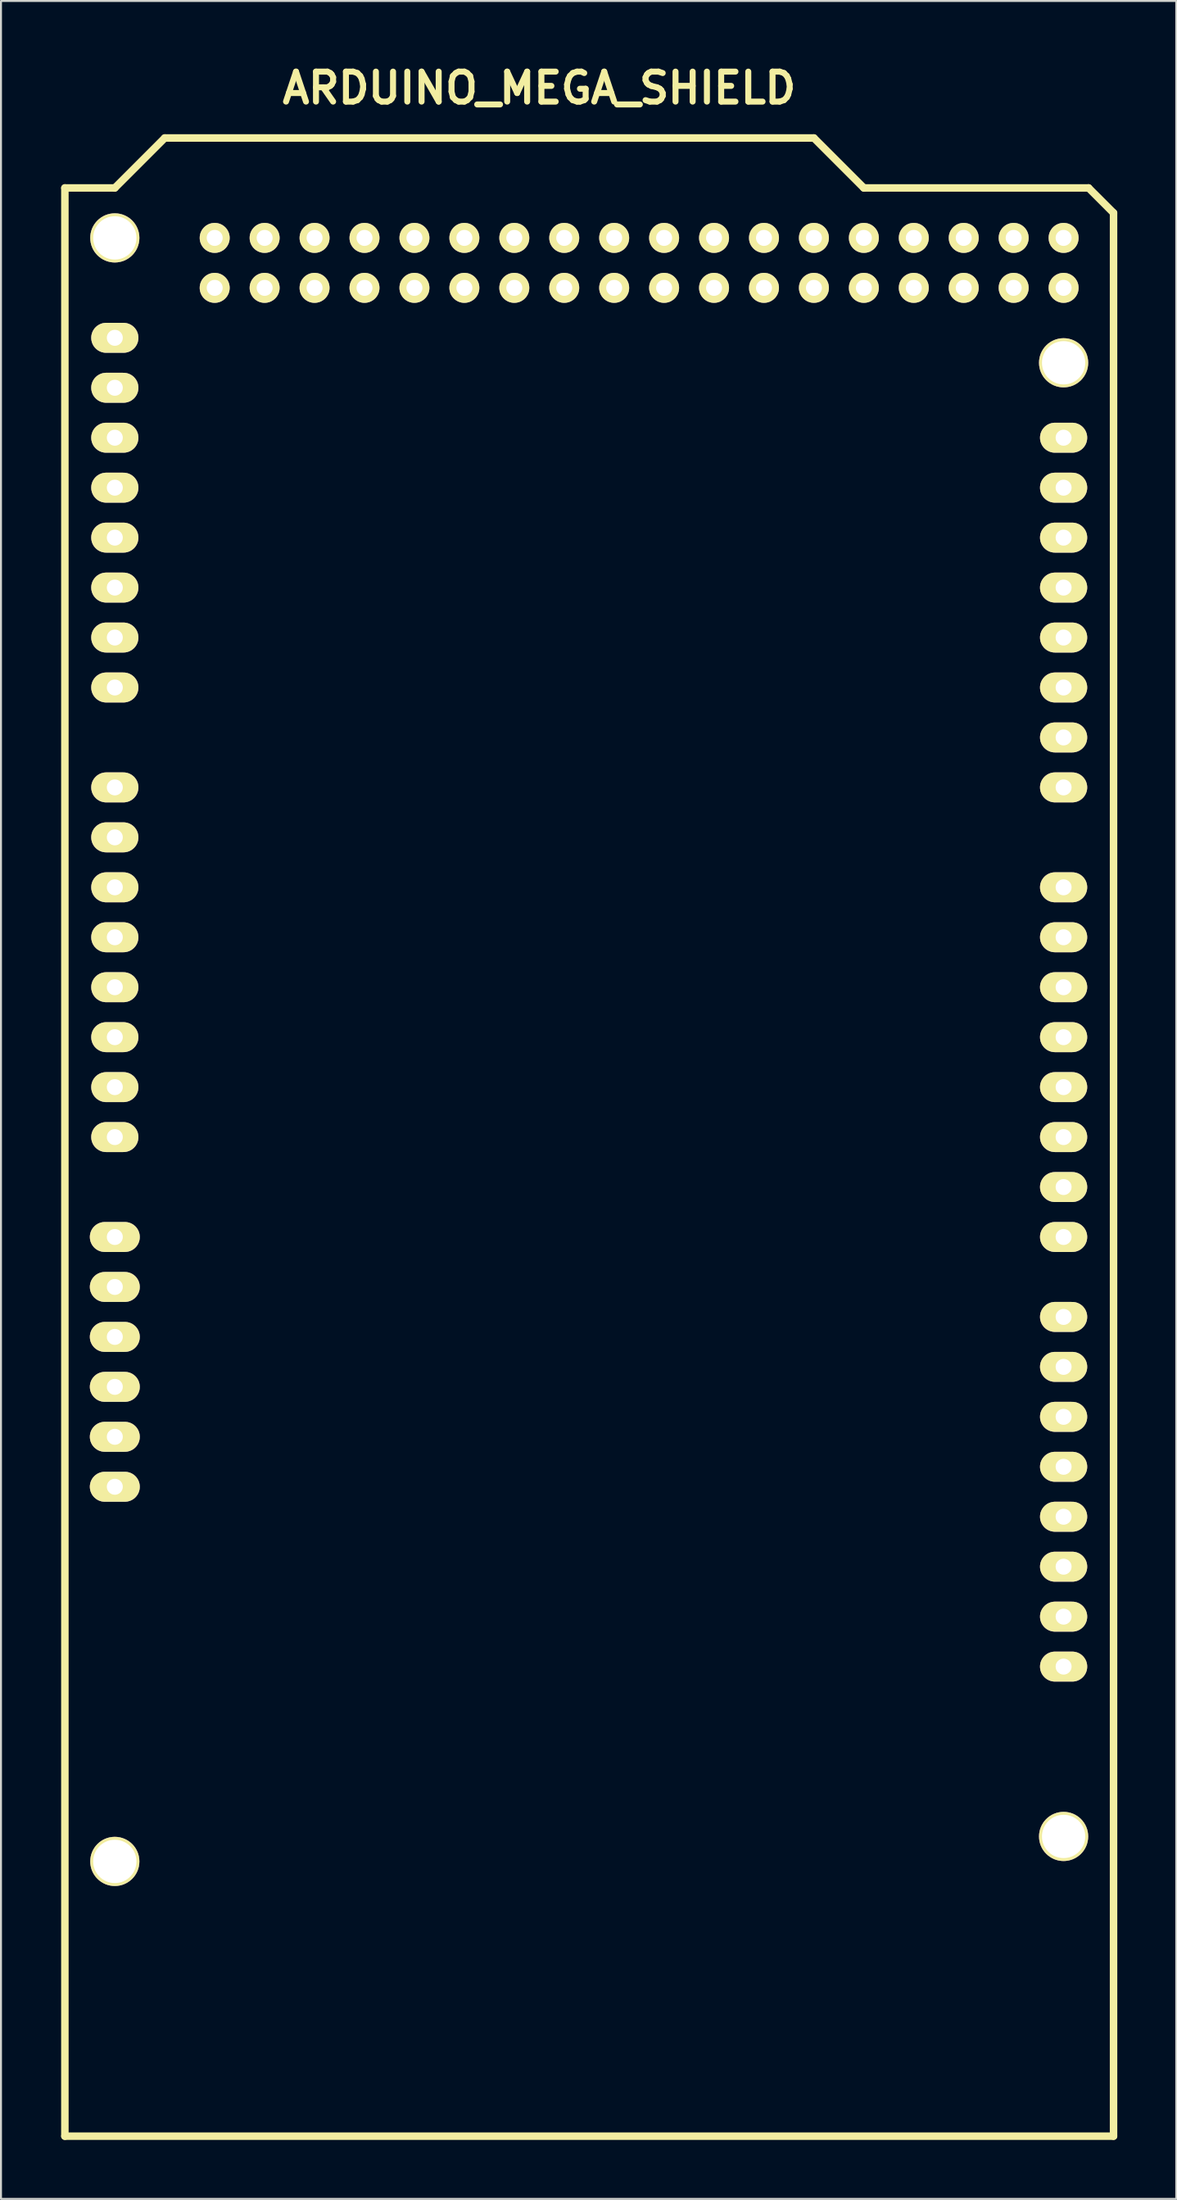
<source format=kicad_pcb>
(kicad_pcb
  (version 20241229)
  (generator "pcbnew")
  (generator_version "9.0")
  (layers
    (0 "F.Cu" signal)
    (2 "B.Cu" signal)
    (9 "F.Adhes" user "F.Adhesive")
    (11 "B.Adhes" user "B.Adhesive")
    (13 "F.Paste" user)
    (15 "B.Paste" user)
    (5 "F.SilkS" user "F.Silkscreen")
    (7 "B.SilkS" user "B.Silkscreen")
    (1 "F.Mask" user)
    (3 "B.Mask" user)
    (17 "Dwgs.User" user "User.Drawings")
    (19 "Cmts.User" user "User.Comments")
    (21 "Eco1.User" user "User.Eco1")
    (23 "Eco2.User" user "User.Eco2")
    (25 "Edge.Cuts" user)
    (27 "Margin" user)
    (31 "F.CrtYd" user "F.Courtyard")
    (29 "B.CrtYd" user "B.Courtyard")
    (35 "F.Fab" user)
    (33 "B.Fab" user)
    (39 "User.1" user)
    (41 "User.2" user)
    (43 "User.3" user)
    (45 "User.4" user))
  (footprint "ARDUINO_MEGA_SHIELD"
    (layer "F.Cu")
    (at 0.25 3.966)
    (property "Reference" "ARDUINO_MEGA_SHIELD" (at 24.13 -2.54 0) (layer "F.SilkS") (effects (font (size 1.524 1.524) (thickness 0.305))))
    (attr through_hole)
    (fp_line (start 0 2.54) (end 0 101.6) (stroke (width 0.381) (type solid)) (layer "F.SilkS"))
    (fp_line (start 0 101.6) (end 53.34 101.6) (stroke (width 0.381) (type solid)) (layer "F.SilkS"))
    (fp_line (start 2.54 2.54) (end 0 2.54) (stroke (width 0.381) (type solid)) (layer "F.SilkS"))
    (fp_line (start 5.08 0) (end 2.54 2.54) (stroke (width 0.381) (type solid)) (layer "F.SilkS"))
    (fp_line (start 38.1 0) (end 5.08 0) (stroke (width 0.381) (type solid)) (layer "F.SilkS"))
    (fp_line (start 40.64 2.54) (end 38.1 0) (stroke (width 0.381) (type solid)) (layer "F.SilkS"))
    (fp_line (start 40.64 2.54) (end 52.07 2.54) (stroke (width 0.381) (type solid)) (layer "F.SilkS"))
    (fp_line (start 52.07 2.54) (end 53.34 3.81) (stroke (width 0.381) (type solid)) (layer "F.SilkS"))
    (fp_line (start 53.34 3.81) (end 53.34 101.6) (stroke (width 0.381) (type solid)) (layer "F.SilkS"))
    (pad "" thru_hole circle (at 2.54 5.08 180) (size 2.5 2.5) (drill 2.2) (layers "*.Cu" "*.Mask" "F.SilkS"))
    (pad "" thru_hole circle (at 2.54 87.63 180) (size 2.5 2.5) (drill 2.2) (layers "*.Cu" "*.Mask" "F.SilkS"))
    (pad "" thru_hole circle (at 50.8 11.43 180) (size 2.5 2.5) (drill 2.2) (layers "*.Cu" "*.Mask" "F.SilkS"))
    (pad "" thru_hole circle (at 50.8 86.36 180) (size 2.5 2.5) (drill 2.2) (layers "*.Cu" "*.Mask" "F.SilkS"))
    (pad "0" thru_hole oval (at 50.8 38.1 180) (size 2.4 1.524) (drill 0.813) (layers "*.Cu" "*.Mask" "F.SilkS"))
    (pad "1" thru_hole oval (at 50.8 40.64 180) (size 2.4 1.524) (drill 0.813) (layers "*.Cu" "*.Mask" "F.SilkS"))
    (pad "2" thru_hole oval (at 50.8 43.18 180) (size 2.4 1.524) (drill 0.813) (layers "*.Cu" "*.Mask" "F.SilkS"))
    (pad "3" thru_hole oval (at 50.8 45.72 180) (size 2.4 1.524) (drill 0.813) (layers "*.Cu" "*.Mask" "F.SilkS"))
    (pad "3V3" thru_hole oval (at 2.54 66.04 180) (size 2.54 1.524) (drill 0.813) (layers "*.Cu" "*.Mask" "F.SilkS"))
    (pad "4" thru_hole oval (at 50.8 48.26 180) (size 2.4 1.524) (drill 0.813) (layers "*.Cu" "*.Mask" "F.SilkS"))
    (pad "5" thru_hole oval (at 50.8 50.8 180) (size 2.4 1.524) (drill 0.813) (layers "*.Cu" "*.Mask" "F.SilkS"))
    (pad "5V" thru_hole oval (at 2.54 63.5 180) (size 2.54 1.524) (drill 0.813) (layers "*.Cu" "*.Mask" "F.SilkS"))
    (pad "5V_4" thru_hole circle (at 50.8 7.62 270) (size 1.524 1.524) (drill 0.813) (layers "*.Cu" "*.Mask" "F.SilkS"))
    (pad "5V_5" thru_hole circle (at 50.8 5.08 270) (size 1.524 1.524) (drill 0.813) (layers "*.Cu" "*.Mask" "F.SilkS"))
    (pad "6" thru_hole oval (at 50.8 53.34 180) (size 2.4 1.524) (drill 0.813) (layers "*.Cu" "*.Mask" "F.SilkS"))
    (pad "7" thru_hole oval (at 50.8 55.88 180) (size 2.4 1.524) (drill 0.813) (layers "*.Cu" "*.Mask" "F.SilkS"))
    (pad "8" thru_hole oval (at 50.8 59.944 180) (size 2.4 1.524) (drill 0.813) (layers "*.Cu" "*.Mask" "F.SilkS"))
    (pad "9" thru_hole oval (at 50.8 62.484 180) (size 2.4 1.524) (drill 0.813) (layers "*.Cu" "*.Mask" "F.SilkS"))
    (pad "10" thru_hole oval (at 50.8 65.024 180) (size 2.4 1.524) (drill 0.813) (layers "*.Cu" "*.Mask" "F.SilkS"))
    (pad "11" thru_hole oval (at 50.8 67.564 180) (size 2.4 1.524) (drill 0.813) (layers "*.Cu" "*.Mask" "F.SilkS"))
    (pad "12" thru_hole oval (at 50.8 70.104 180) (size 2.4 1.524) (drill 0.813) (layers "*.Cu" "*.Mask" "F.SilkS"))
    (pad "13" thru_hole oval (at 50.8 72.644 180) (size 2.4 1.524) (drill 0.813) (layers "*.Cu" "*.Mask" "F.SilkS"))
    (pad "14" thru_hole oval (at 50.8 33.02 180) (size 2.4 1.524) (drill 0.813) (layers "*.Cu" "*.Mask" "F.SilkS"))
    (pad "15" thru_hole oval (at 50.8 30.48 180) (size 2.4 1.524) (drill 0.813) (layers "*.Cu" "*.Mask" "F.SilkS"))
    (pad "16" thru_hole oval (at 50.8 27.94 180) (size 2.4 1.524) (drill 0.813) (layers "*.Cu" "*.Mask" "F.SilkS"))
    (pad "17" thru_hole oval (at 50.8 25.4 180) (size 2.4 1.524) (drill 0.813) (layers "*.Cu" "*.Mask" "F.SilkS"))
    (pad "18" thru_hole oval (at 50.8 22.86 180) (size 2.4 1.524) (drill 0.813) (layers "*.Cu" "*.Mask" "F.SilkS"))
    (pad "19" thru_hole oval (at 50.8 20.32 180) (size 2.4 1.524) (drill 0.813) (layers "*.Cu" "*.Mask" "F.SilkS"))
    (pad "20" thru_hole oval (at 50.8 17.78 180) (size 2.4 1.524) (drill 0.813) (layers "*.Cu" "*.Mask" "F.SilkS"))
    (pad "21" thru_hole oval (at 50.8 15.24 180) (size 2.4 1.524) (drill 0.813) (layers "*.Cu" "*.Mask" "F.SilkS"))
    (pad "22" thru_hole circle (at 48.26 7.62 270) (size 1.524 1.524) (drill 0.813) (layers "*.Cu" "*.Mask" "F.SilkS"))
    (pad "23" thru_hole circle (at 48.26 5.08 270) (size 1.524 1.524) (drill 0.813) (layers "*.Cu" "*.Mask" "F.SilkS"))
    (pad "24" thru_hole circle (at 45.72 7.62 270) (size 1.524 1.524) (drill 0.813) (layers "*.Cu" "*.Mask" "F.SilkS"))
    (pad "25" thru_hole circle (at 45.72 5.08 270) (size 1.524 1.524) (drill 0.813) (layers "*.Cu" "*.Mask" "F.SilkS"))
    (pad "26" thru_hole circle (at 43.18 7.62 270) (size 1.524 1.524) (drill 0.813) (layers "*.Cu" "*.Mask" "F.SilkS"))
    (pad "27" thru_hole circle (at 43.18 5.08 270) (size 1.524 1.524) (drill 0.813) (layers "*.Cu" "*.Mask" "F.SilkS"))
    (pad "28" thru_hole circle (at 40.64 7.62 270) (size 1.524 1.524) (drill 0.813) (layers "*.Cu" "*.Mask" "F.SilkS"))
    (pad "29" thru_hole circle (at 40.64 5.08 270) (size 1.524 1.524) (drill 0.813) (layers "*.Cu" "*.Mask" "F.SilkS"))
    (pad "30" thru_hole circle (at 38.1 7.62 270) (size 1.524 1.524) (drill 0.813) (layers "*.Cu" "*.Mask" "F.SilkS"))
    (pad "31" thru_hole circle (at 38.1 5.08 270) (size 1.524 1.524) (drill 0.813) (layers "*.Cu" "*.Mask" "F.SilkS"))
    (pad "32" thru_hole circle (at 35.56 7.62 270) (size 1.524 1.524) (drill 0.813) (layers "*.Cu" "*.Mask" "F.SilkS"))
    (pad "33" thru_hole circle (at 35.56 5.08 270) (size 1.524 1.524) (drill 0.813) (layers "*.Cu" "*.Mask" "F.SilkS"))
    (pad "34" thru_hole circle (at 33.02 7.62 270) (size 1.524 1.524) (drill 0.813) (layers "*.Cu" "*.Mask" "F.SilkS"))
    (pad "35" thru_hole circle (at 33.02 5.08 270) (size 1.524 1.524) (drill 0.813) (layers "*.Cu" "*.Mask" "F.SilkS"))
    (pad "36" thru_hole circle (at 30.48 7.62 270) (size 1.524 1.524) (drill 0.813) (layers "*.Cu" "*.Mask" "F.SilkS"))
    (pad "37" thru_hole circle (at 30.48 5.08 270) (size 1.524 1.524) (drill 0.813) (layers "*.Cu" "*.Mask" "F.SilkS"))
    (pad "38" thru_hole circle (at 27.94 7.62 270) (size 1.524 1.524) (drill 0.813) (layers "*.Cu" "*.Mask" "F.SilkS"))
    (pad "39" thru_hole circle (at 27.94 5.08 270) (size 1.524 1.524) (drill 0.813) (layers "*.Cu" "*.Mask" "F.SilkS"))
    (pad "40" thru_hole circle (at 25.4 7.62 270) (size 1.524 1.524) (drill 0.813) (layers "*.Cu" "*.Mask" "F.SilkS"))
    (pad "41" thru_hole circle (at 25.4 5.08 270) (size 1.524 1.524) (drill 0.813) (layers "*.Cu" "*.Mask" "F.SilkS"))
    (pad "42" thru_hole circle (at 22.86 7.62 270) (size 1.524 1.524) (drill 0.813) (layers "*.Cu" "*.Mask" "F.SilkS"))
    (pad "43" thru_hole circle (at 22.86 5.08 270) (size 1.524 1.524) (drill 0.813) (layers "*.Cu" "*.Mask" "F.SilkS"))
    (pad "44" thru_hole circle (at 20.32 7.62 270) (size 1.524 1.524) (drill 0.813) (layers "*.Cu" "*.Mask" "F.SilkS"))
    (pad "45" thru_hole circle (at 20.32 5.08 270) (size 1.524 1.524) (drill 0.813) (layers "*.Cu" "*.Mask" "F.SilkS"))
    (pad "46" thru_hole circle (at 17.78 7.62 270) (size 1.524 1.524) (drill 0.813) (layers "*.Cu" "*.Mask" "F.SilkS"))
    (pad "47" thru_hole circle (at 17.78 5.08 270) (size 1.524 1.524) (drill 0.813) (layers "*.Cu" "*.Mask" "F.SilkS"))
    (pad "48" thru_hole circle (at 15.24 7.62 270) (size 1.524 1.524) (drill 0.813) (layers "*.Cu" "*.Mask" "F.SilkS"))
    (pad "49" thru_hole circle (at 15.24 5.08 270) (size 1.524 1.524) (drill 0.813) (layers "*.Cu" "*.Mask" "F.SilkS"))
    (pad "50" thru_hole circle (at 12.7 7.62 270) (size 1.524 1.524) (drill 0.813) (layers "*.Cu" "*.Mask" "F.SilkS"))
    (pad "51" thru_hole circle (at 12.7 5.08 270) (size 1.524 1.524) (drill 0.813) (layers "*.Cu" "*.Mask" "F.SilkS"))
    (pad "52" thru_hole circle (at 10.16 7.62 270) (size 1.524 1.524) (drill 0.813) (layers "*.Cu" "*.Mask" "F.SilkS"))
    (pad "53" thru_hole circle (at 10.16 5.08 270) (size 1.524 1.524) (drill 0.813) (layers "*.Cu" "*.Mask" "F.SilkS"))
    (pad "AD0" thru_hole oval (at 2.54 50.8 180) (size 2.4 1.524) (drill 0.813) (layers "*.Cu" "*.Mask" "F.SilkS"))
    (pad "AD1" thru_hole oval (at 2.54 48.26 180) (size 2.4 1.524) (drill 0.813) (layers "*.Cu" "*.Mask" "F.SilkS"))
    (pad "AD2" thru_hole oval (at 2.54 45.72 180) (size 2.4 1.524) (drill 0.813) (layers "*.Cu" "*.Mask" "F.SilkS"))
    (pad "AD3" thru_hole oval (at 2.54 43.18 180) (size 2.4 1.524) (drill 0.813) (layers "*.Cu" "*.Mask" "F.SilkS"))
    (pad "AD4" thru_hole oval (at 2.54 40.64 180) (size 2.4 1.524) (drill 0.813) (layers "*.Cu" "*.Mask" "F.SilkS"))
    (pad "AD5" thru_hole oval (at 2.54 38.1 180) (size 2.4 1.524) (drill 0.813) (layers "*.Cu" "*.Mask" "F.SilkS"))
    (pad "AD6" thru_hole oval (at 2.54 35.56 180) (size 2.4 1.524) (drill 0.813) (layers "*.Cu" "*.Mask" "F.SilkS"))
    (pad "AD7" thru_hole oval (at 2.54 33.02 180) (size 2.4 1.524) (drill 0.813) (layers "*.Cu" "*.Mask" "F.SilkS"))
    (pad "AD8" thru_hole oval (at 2.54 27.94 180) (size 2.4 1.524) (drill 0.813) (layers "*.Cu" "*.Mask" "F.SilkS"))
    (pad "AD9" thru_hole oval (at 2.54 25.4 180) (size 2.4 1.524) (drill 0.813) (layers "*.Cu" "*.Mask" "F.SilkS"))
    (pad "AD10" thru_hole oval (at 2.54 22.86 180) (size 2.4 1.524) (drill 0.813) (layers "*.Cu" "*.Mask" "F.SilkS"))
    (pad "AD11" thru_hole oval (at 2.54 20.32 180) (size 2.4 1.524) (drill 0.813) (layers "*.Cu" "*.Mask" "F.SilkS"))
    (pad "AD12" thru_hole oval (at 2.54 17.78 180) (size 2.4 1.524) (drill 0.813) (layers "*.Cu" "*.Mask" "F.SilkS"))
    (pad "AD13" thru_hole oval (at 2.54 15.24 180) (size 2.4 1.524) (drill 0.813) (layers "*.Cu" "*.Mask" "F.SilkS"))
    (pad "AD14" thru_hole oval (at 2.54 12.7 180) (size 2.4 1.524) (drill 0.813) (layers "*.Cu" "*.Mask" "F.SilkS"))
    (pad "AD15" thru_hole oval (at 2.54 10.16 180) (size 2.4 1.524) (drill 0.813) (layers "*.Cu" "*.Mask" "F.SilkS"))
    (pad "AREF" thru_hole oval (at 50.8 77.724 180) (size 2.4 1.524) (drill 0.813) (layers "*.Cu" "*.Mask" "F.SilkS"))
    (pad "GND1" thru_hole oval (at 2.54 60.96 180) (size 2.54 1.524) (drill 0.813) (layers "*.Cu" "*.Mask" "F.SilkS"))
    (pad "GND2" thru_hole oval (at 2.54 58.42 180) (size 2.54 1.524) (drill 0.813) (layers "*.Cu" "*.Mask" "F.SilkS"))
    (pad "GND3" thru_hole oval (at 50.8 75.184 180) (size 2.4 1.524) (drill 0.813) (layers "*.Cu" "*.Mask" "F.SilkS"))
    (pad "GND4" thru_hole circle (at 7.62 7.62 270) (size 1.524 1.524) (drill 0.813) (layers "*.Cu" "*.Mask" "F.SilkS"))
    (pad "GND5" thru_hole circle (at 7.62 5.08 270) (size 1.524 1.524) (drill 0.813) (layers "*.Cu" "*.Mask" "F.SilkS"))
    (pad "RST" thru_hole oval (at 2.54 68.58 180) (size 2.54 1.524) (drill 0.813) (layers "*.Cu" "*.Mask" "F.SilkS"))
    (pad "V_IN" thru_hole oval (at 2.54 55.88 180) (size 2.54 1.524) (drill 0.813) (layers "*.Cu" "*.Mask" "F.SilkS")))
  (gr_rect
    (start -3 -3)
    (end 56.781 108.757)
    (stroke (width 0.1) (type default))
    (fill no)
    (layer "Edge.Cuts")))
</source>
